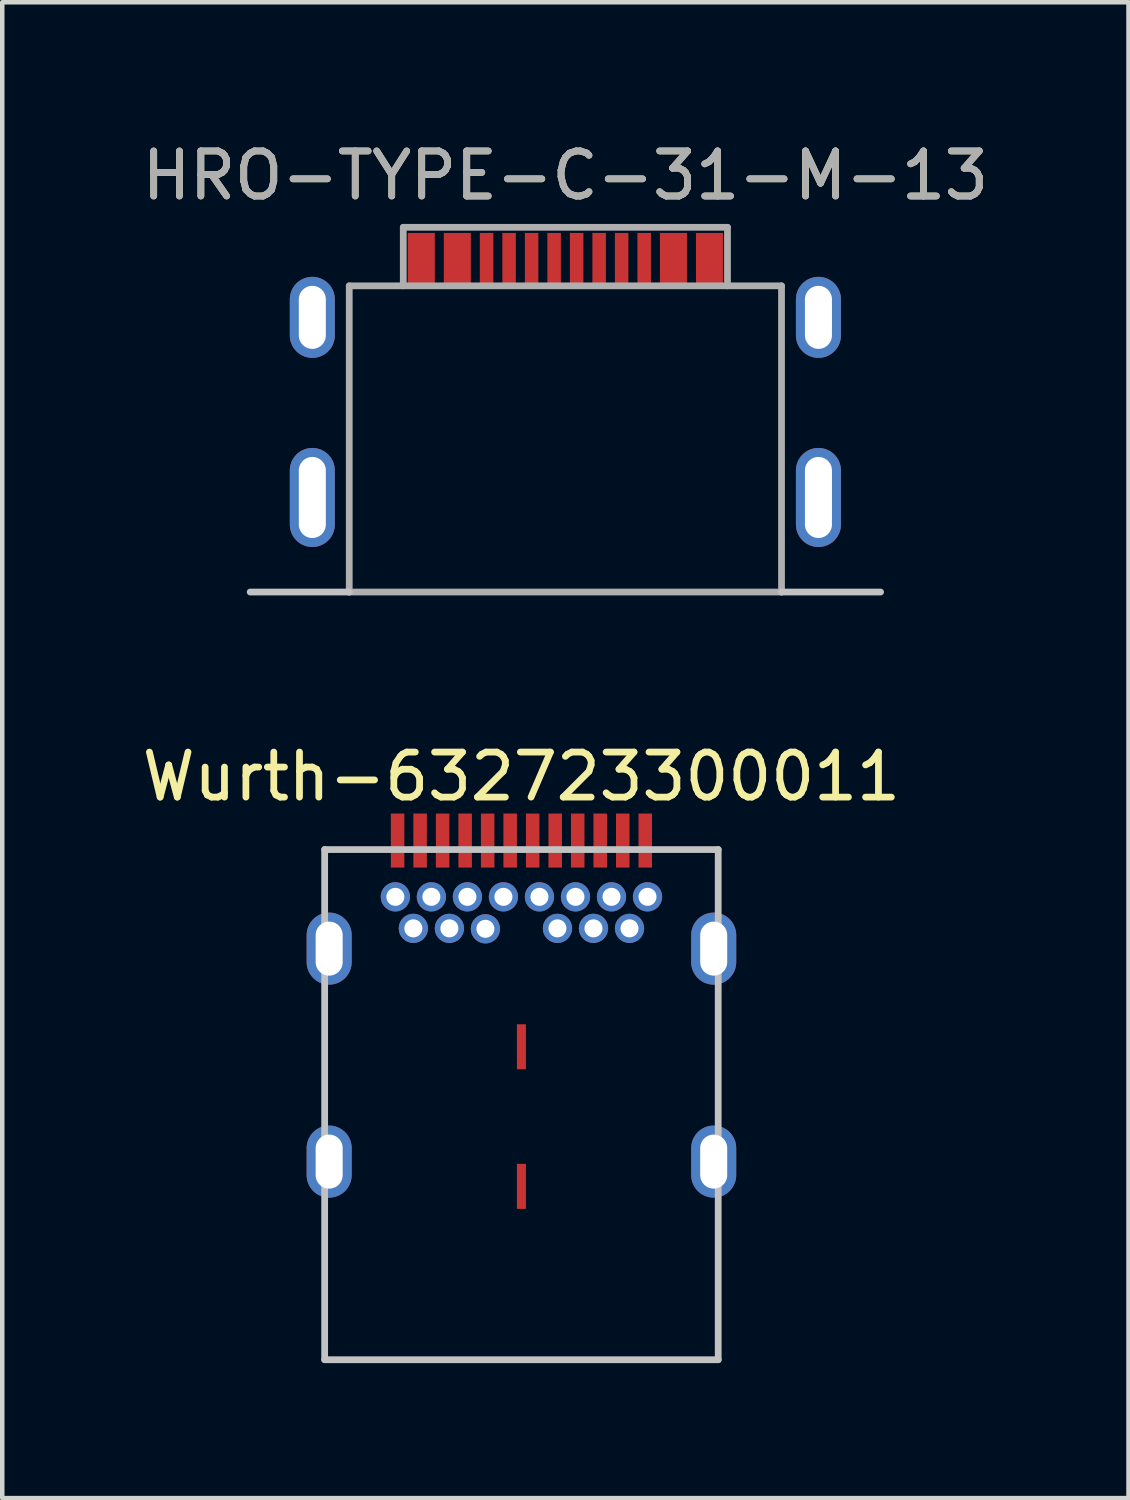
<source format=kicad_pcb>
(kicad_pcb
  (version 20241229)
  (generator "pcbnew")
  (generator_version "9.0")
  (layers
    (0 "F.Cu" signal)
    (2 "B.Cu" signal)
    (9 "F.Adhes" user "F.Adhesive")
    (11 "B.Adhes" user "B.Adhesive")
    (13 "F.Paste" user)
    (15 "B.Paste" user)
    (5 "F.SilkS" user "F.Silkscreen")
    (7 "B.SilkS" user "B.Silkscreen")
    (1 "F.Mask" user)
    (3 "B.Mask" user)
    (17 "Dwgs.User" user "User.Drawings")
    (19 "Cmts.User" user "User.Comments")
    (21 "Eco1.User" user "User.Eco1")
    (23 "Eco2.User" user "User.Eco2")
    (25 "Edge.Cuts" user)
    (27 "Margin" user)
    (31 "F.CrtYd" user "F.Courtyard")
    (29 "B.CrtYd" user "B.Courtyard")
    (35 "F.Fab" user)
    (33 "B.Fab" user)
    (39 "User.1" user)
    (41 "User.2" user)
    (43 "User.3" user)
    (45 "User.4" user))
  (footprint "Wurth-632723300011"
    (layer "F.Cu")
    (at 8.53 26.197)
    (property "Reference" "Wurth-632723300011" (at 0 -12 0) (layer "F.SilkS") (effects (font (size 1 1) (thickness 0.15))))
    (attr smd)
    (fp_line (start -4.37 -10.38) (end 4.37 -10.38) (stroke (width 0.15) (type solid)) (layer "Dwgs.User"))
    (fp_line (start -4.37 0.95) (end -4.37 -10.38) (stroke (width 0.15) (type solid)) (layer "Dwgs.User"))
    (fp_line (start -4.37 0.95) (end 4.37 0.95) (stroke (width 0.15) (type solid)) (layer "Dwgs.User"))
    (fp_line (start 4.37 0.95) (end 4.37 -10.38) (stroke (width 0.15) (type solid)) (layer "Dwgs.User"))
    (pad "1" smd rect (at -2.75 -10.58) (size 0.3 1.2) (layers "F.Cu" "F.Mask" "F.Paste"))
    (pad "2" smd rect (at -2.25 -10.58) (size 0.3 1.2) (layers "F.Cu" "F.Mask" "F.Paste"))
    (pad "3" smd rect (at -1.75 -10.58) (size 0.3 1.2) (layers "F.Cu" "F.Mask" "F.Paste"))
    (pad "4" smd rect (at -1.25 -10.58) (size 0.3 1.2) (layers "F.Cu" "F.Mask" "F.Paste"))
    (pad "5" smd rect (at -0.75 -10.58) (size 0.3 1.2) (layers "F.Cu" "F.Mask" "F.Paste"))
    (pad "6" smd rect (at -0.25 -10.58) (size 0.3 1.2) (layers "F.Cu" "F.Mask" "F.Paste"))
    (pad "7" smd rect (at 0.25 -10.58) (size 0.3 1.2) (layers "F.Cu" "F.Mask" "F.Paste"))
    (pad "8" smd rect (at 0.75 -10.58) (size 0.3 1.2) (layers "F.Cu" "F.Mask" "F.Paste"))
    (pad "9" smd rect (at 1.25 -10.58) (size 0.3 1.2) (layers "F.Cu" "F.Mask" "F.Paste"))
    (pad "10" smd rect (at 1.75 -10.58) (size 0.3 1.2) (layers "F.Cu" "F.Mask" "F.Paste"))
    (pad "11" smd rect (at 2.25 -10.58) (size 0.3 1.2) (layers "F.Cu" "F.Mask" "F.Paste"))
    (pad "12" smd rect (at 2.75 -10.58) (size 0.3 1.2) (layers "F.Cu" "F.Mask" "F.Paste"))
    (pad "13" thru_hole circle (at 2.8 -9.33) (size 0.65 0.65) (drill 0.4) (layers "*.Cu" "B.Mask"))
    (pad "14" thru_hole circle (at 2.4 -8.63) (size 0.65 0.65) (drill 0.4) (layers "*.Cu" "B.Mask"))
    (pad "15" thru_hole circle (at 1.6 -8.63) (size 0.65 0.65) (drill 0.4) (layers "*.Cu" "B.Mask"))
    (pad "16" thru_hole circle (at 1.2 -9.33) (size 0.65 0.65) (drill 0.4) (layers "*.Cu" "B.Mask"))
    (pad "17" thru_hole circle (at 0.8 -8.63) (size 0.65 0.65) (drill 0.4) (layers "*.Cu" "B.Mask"))
    (pad "18" thru_hole circle (at 0.4 -9.33) (size 0.65 0.65) (drill 0.4) (layers "*.Cu" "B.Mask"))
    (pad "19" thru_hole circle (at -0.4 -9.33) (size 0.65 0.65) (drill 0.4) (layers "*.Cu" "B.Mask"))
    (pad "20" thru_hole circle (at -0.8 -8.62) (size 0.65 0.65) (drill 0.4) (layers "*.Cu" "B.Mask"))
    (pad "21" thru_hole circle (at -1.2 -9.33) (size 0.65 0.65) (drill 0.4) (layers "*.Cu" "B.Mask"))
    (pad "22" thru_hole circle (at -1.6 -8.63) (size 0.65 0.65) (drill 0.4) (layers "*.Cu" "B.Mask"))
    (pad "23" thru_hole circle (at -2.4 -8.63) (size 0.65 0.65) (drill 0.4) (layers "*.Cu" "B.Mask"))
    (pad "24" thru_hole circle (at -2.8 -9.33) (size 0.65 0.65) (drill 0.4) (layers "*.Cu" "B.Mask"))
    (pad "25" thru_hole circle (at -2 -9.33) (size 0.65 0.65) (drill 0.4) (layers "*.Cu" "B.Mask"))
    (pad "25" thru_hole circle (at 2 -9.33) (size 0.65 0.65) (drill 0.4) (layers "*.Cu" "B.Mask"))
    (pad "26" thru_hole oval (at -4.27 -8.18) (size 1 1.6) (drill oval 0.6 1.2) (layers "*.Cu" "B.Mask"))
    (pad "26" thru_hole oval (at -4.27 -3.45) (size 1 1.6) (drill oval 0.6 1.2) (layers "*.Cu" "B.Mask"))
    (pad "26" thru_hole oval (at 4.27 -8.18) (size 1 1.6) (drill oval 0.6 1.2) (layers "*.Cu" "B.Mask"))
    (pad "26" thru_hole oval (at 4.27 -3.45) (size 1 1.6) (drill oval 0.6 1.2) (layers "*.Cu" "B.Mask"))
    (pad "27" smd rect (at 0 -6) (size 0.2 1) (layers "F.Cu" "F.Mask" "F.Paste"))
    (pad "27" smd rect (at 0 -2.9) (size 0.2 1) (layers "F.Cu" "F.Mask" "F.Paste")))
  (footprint "HRO-TYPE-C-31-M-13"
    (layer "F.Cu")
    (at 9.506 10.098)
    (property "Reference" "HRO-TYPE-C-31-M-13" (at 0 -9.25 0) (layer "F.SilkS") (effects (font (size 1 1) (thickness 0.15))))
    (attr smd)
    (fp_line (start -4.8 0) (end -7 0) (stroke (width 0.15) (type solid)) (layer "Dwgs.User"))
    (fp_line (start 7 0) (end 4.8 0) (stroke (width 0.15) (type solid)) (layer "Dwgs.User"))
    (fp_line (start -4.8 -6.8) (end -4.8 0) (stroke (width 0.15) (type solid)) (layer "F.Fab"))
    (fp_line (start -3.6 -8.1) (end 3.6 -8.1) (stroke (width 0.15) (type solid)) (layer "F.Fab"))
    (fp_line (start -3.6 -6.8) (end -3.6 -8.1) (stroke (width 0.15) (type solid)) (layer "F.Fab"))
    (fp_line (start 3.6 -8.1) (end 3.6 -6.8) (stroke (width 0.15) (type solid)) (layer "F.Fab"))
    (fp_line (start 4.8 -6.8) (end -4.8 -6.8) (stroke (width 0.15) (type solid)) (layer "F.Fab"))
    (fp_line (start 4.8 -6.8) (end 4.8 0) (stroke (width 0.15) (type solid)) (layer "F.Fab"))
    (fp_line (start 4.8 0) (end -4.8 0) (stroke (width 0.15) (type solid)) (layer "F.Fab"))
    (fp_text user "${REFERENCE}" (at 0 -9.25 0) (layer "F.Fab") (effects (font (size 1 1) (thickness 0.15))))
    (pad "1" smd rect (at -3.2 -7.4) (size 0.6 1.15) (layers "F.Cu" "F.Mask" "F.Paste"))
    (pad "2" smd rect (at -2.4 -7.4) (size 0.6 1.15) (layers "F.Cu" "F.Mask" "F.Paste"))
    (pad "3" smd rect (at -1.75 -7.4) (size 0.3 1.15) (layers "F.Cu" "F.Mask" "F.Paste"))
    (pad "4" smd rect (at -1.25 -7.4) (size 0.3 1.15) (layers "F.Cu" "F.Mask" "F.Paste"))
    (pad "5" smd rect (at -0.75 -7.4) (size 0.3 1.15) (layers "F.Cu" "F.Mask" "F.Paste"))
    (pad "6" smd rect (at -0.25 -7.4) (size 0.3 1.15) (layers "F.Cu" "F.Mask" "F.Paste"))
    (pad "7" smd rect (at 0.25 -7.4) (size 0.3 1.15) (layers "F.Cu" "F.Mask" "F.Paste"))
    (pad "8" smd rect (at 0.75 -7.4) (size 0.3 1.15) (layers "F.Cu" "F.Mask" "F.Paste"))
    (pad "9" smd rect (at 1.25 -7.4) (size 0.3 1.15) (layers "F.Cu" "F.Mask" "F.Paste"))
    (pad "10" smd rect (at 1.75 -7.4) (size 0.3 1.15) (layers "F.Cu" "F.Mask" "F.Paste"))
    (pad "11" smd rect (at 2.4 -7.4) (size 0.6 1.15) (layers "F.Cu" "F.Mask" "F.Paste"))
    (pad "12" smd rect (at 3.2 -7.4) (size 0.6 1.15) (layers "F.Cu" "F.Mask" "F.Paste"))
    (pad "13" thru_hole oval (at -5.62 -6.1) (size 1 1.8) (drill oval 0.6 1.4) (layers "*.Cu" "*.Mask"))
    (pad "13" thru_hole oval (at -5.62 -2.1) (size 1 2.2) (drill oval 0.6 1.8) (layers "*.Cu" "*.Mask"))
    (pad "13" thru_hole oval (at 5.62 -6.1) (size 1 1.8) (drill oval 0.6 1.4) (layers "*.Cu" "*.Mask"))
    (pad "13" thru_hole oval (at 5.62 -2.1) (size 1 2.2) (drill oval 0.6 1.8) (layers "*.Cu" "*.Mask")))
  (gr_rect
    (start -3 -3)
    (end 22.012 30.221)
    (stroke (width 0.1) (type default))
    (fill no)
    (layer "Edge.Cuts")))
</source>
